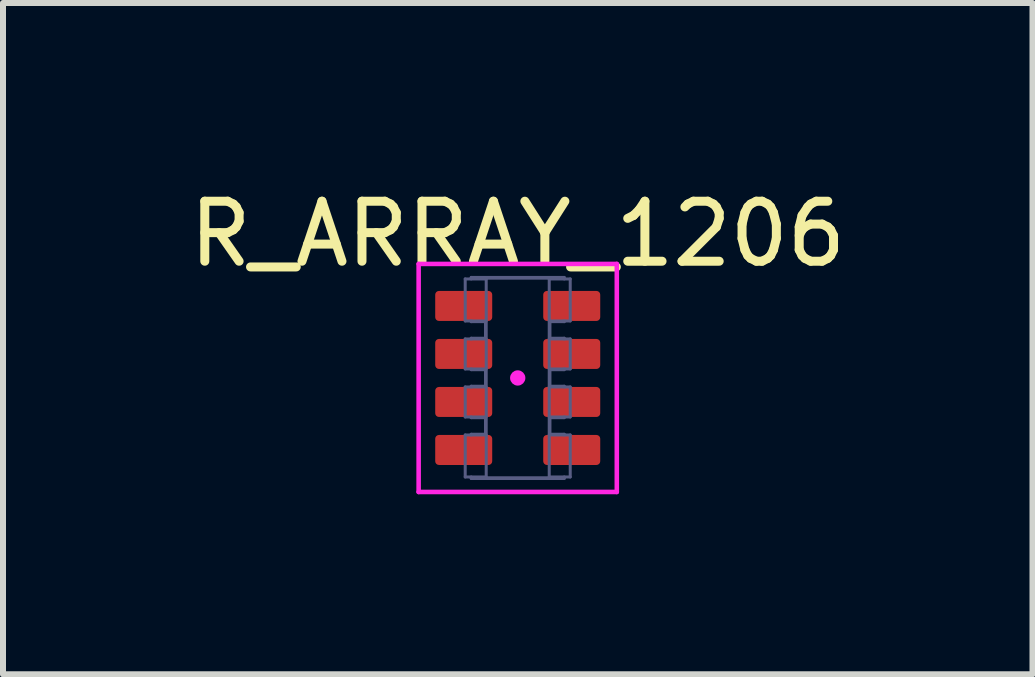
<source format=kicad_pcb>
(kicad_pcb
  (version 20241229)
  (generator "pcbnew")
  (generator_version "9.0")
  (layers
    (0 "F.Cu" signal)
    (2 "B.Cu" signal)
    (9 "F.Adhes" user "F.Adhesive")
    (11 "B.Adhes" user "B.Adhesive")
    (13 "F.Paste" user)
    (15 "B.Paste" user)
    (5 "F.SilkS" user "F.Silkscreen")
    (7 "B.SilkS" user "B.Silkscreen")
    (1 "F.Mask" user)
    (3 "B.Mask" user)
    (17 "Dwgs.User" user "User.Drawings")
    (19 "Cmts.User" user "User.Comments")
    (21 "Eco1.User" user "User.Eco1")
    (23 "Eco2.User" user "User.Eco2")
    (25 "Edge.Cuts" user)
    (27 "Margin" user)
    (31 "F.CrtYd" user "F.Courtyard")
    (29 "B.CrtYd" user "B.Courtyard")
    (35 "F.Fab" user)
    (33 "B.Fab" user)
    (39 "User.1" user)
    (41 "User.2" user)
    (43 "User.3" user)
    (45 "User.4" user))
  (footprint "R_ARRAY_1206"
    (layer "F.Cu")
    (at 5.577 3.248)
    (property "Reference" "R_ARRAY_1206" (at 0 -2.4 0) (layer "F.SilkS") (effects (font (size 1 1) (thickness 0.15))))
    (fp_line (start -1.651 -1.9) (end 1.651 -1.9) (stroke (width 0.076) (type solid)) (layer "F.CrtYd"))
    (fp_line (start -1.651 1.9) (end -1.651 -1.9) (stroke (width 0.076) (type solid)) (layer "F.CrtYd"))
    (fp_line (start -1.651 1.9) (end 1.651 1.9) (stroke (width 0.076) (type solid)) (layer "F.CrtYd"))
    (fp_line (start 1.651 1.9) (end 1.651 -1.9) (stroke (width 0.076) (type solid)) (layer "F.CrtYd"))
    (fp_circle (center 0 0) (end 0 -0.064) (stroke (width 0.127) (type solid)) (fill no) (layer "F.CrtYd"))
    (fp_line (start -0.875 -1.65) (end -0.525 -1.65) (stroke (width 0.05) (type solid)) (layer "B.Fab"))
    (fp_line (start -0.875 -0.95) (end -0.875 -1.65) (stroke (width 0.05) (type solid)) (layer "B.Fab"))
    (fp_line (start -0.875 -0.95) (end -0.525 -0.95) (stroke (width 0.05) (type solid)) (layer "B.Fab"))
    (fp_line (start -0.875 -0.65) (end -0.525 -0.65) (stroke (width 0.05) (type solid)) (layer "B.Fab"))
    (fp_line (start -0.875 -0.15) (end -0.875 -0.65) (stroke (width 0.05) (type solid)) (layer "B.Fab"))
    (fp_line (start -0.875 -0.15) (end -0.525 -0.15) (stroke (width 0.05) (type solid)) (layer "B.Fab"))
    (fp_line (start -0.875 0.15) (end -0.525 0.15) (stroke (width 0.05) (type solid)) (layer "B.Fab"))
    (fp_line (start -0.875 0.65) (end -0.875 0.15) (stroke (width 0.05) (type solid)) (layer "B.Fab"))
    (fp_line (start -0.875 0.65) (end -0.525 0.65) (stroke (width 0.05) (type solid)) (layer "B.Fab"))
    (fp_line (start -0.875 0.95) (end -0.525 0.95) (stroke (width 0.05) (type solid)) (layer "B.Fab"))
    (fp_line (start -0.875 1.65) (end -0.875 0.95) (stroke (width 0.05) (type solid)) (layer "B.Fab"))
    (fp_line (start -0.875 1.65) (end -0.525 1.65) (stroke (width 0.05) (type solid)) (layer "B.Fab"))
    (fp_line (start -0.775 -1.675) (end 0.775 -1.675) (stroke (width 0.05) (type solid)) (layer "B.Fab"))
    (fp_line (start -0.775 -1.65) (end -0.775 -1.675) (stroke (width 0.05) (type solid)) (layer "B.Fab"))
    (fp_line (start -0.775 -0.938) (end -0.775 -0.95) (stroke (width 0.05) (type solid)) (layer "B.Fab"))
    (fp_line (start -0.775 -0.938) (end -0.537 -0.938) (stroke (width 0.05) (type solid)) (layer "B.Fab"))
    (fp_line (start -0.775 -0.662) (end -0.537 -0.662) (stroke (width 0.05) (type solid)) (layer "B.Fab"))
    (fp_line (start -0.775 -0.65) (end -0.775 -0.662) (stroke (width 0.05) (type solid)) (layer "B.Fab"))
    (fp_line (start -0.775 -0.138) (end -0.775 -0.15) (stroke (width 0.05) (type solid)) (layer "B.Fab"))
    (fp_line (start -0.775 -0.138) (end -0.537 -0.138) (stroke (width 0.05) (type solid)) (layer "B.Fab"))
    (fp_line (start -0.775 0.138) (end -0.537 0.138) (stroke (width 0.05) (type solid)) (layer "B.Fab"))
    (fp_line (start -0.775 0.15) (end -0.775 0.138) (stroke (width 0.05) (type solid)) (layer "B.Fab"))
    (fp_line (start -0.775 0.662) (end -0.775 0.65) (stroke (width 0.05) (type solid)) (layer "B.Fab"))
    (fp_line (start -0.775 0.662) (end -0.537 0.662) (stroke (width 0.05) (type solid)) (layer "B.Fab"))
    (fp_line (start -0.775 0.938) (end -0.537 0.938) (stroke (width 0.05) (type solid)) (layer "B.Fab"))
    (fp_line (start -0.775 0.95) (end -0.775 0.938) (stroke (width 0.05) (type solid)) (layer "B.Fab"))
    (fp_line (start -0.775 1.675) (end -0.775 1.65) (stroke (width 0.05) (type solid)) (layer "B.Fab"))
    (fp_line (start -0.775 1.675) (end 0.775 1.675) (stroke (width 0.05) (type solid)) (layer "B.Fab"))
    (fp_line (start -0.537 -0.662) (end -0.537 -0.938) (stroke (width 0.05) (type solid)) (layer "B.Fab"))
    (fp_line (start -0.537 0.138) (end -0.537 -0.138) (stroke (width 0.05) (type solid)) (layer "B.Fab"))
    (fp_line (start -0.537 0.938) (end -0.537 0.662) (stroke (width 0.05) (type solid)) (layer "B.Fab"))
    (fp_line (start -0.525 -1.663) (end 0.525 -1.663) (stroke (width 0.05) (type solid)) (layer "B.Fab"))
    (fp_line (start -0.525 1.663) (end -0.525 -1.663) (stroke (width 0.05) (type solid)) (layer "B.Fab"))
    (fp_line (start -0.525 1.663) (end 0.525 1.663) (stroke (width 0.05) (type solid)) (layer "B.Fab"))
    (fp_line (start 0.525 -1.65) (end 0.875 -1.65) (stroke (width 0.05) (type solid)) (layer "B.Fab"))
    (fp_line (start 0.525 -0.95) (end 0.875 -0.95) (stroke (width 0.05) (type solid)) (layer "B.Fab"))
    (fp_line (start 0.525 -0.65) (end 0.875 -0.65) (stroke (width 0.05) (type solid)) (layer "B.Fab"))
    (fp_line (start 0.525 -0.15) (end 0.875 -0.15) (stroke (width 0.05) (type solid)) (layer "B.Fab"))
    (fp_line (start 0.525 0.15) (end 0.875 0.15) (stroke (width 0.05) (type solid)) (layer "B.Fab"))
    (fp_line (start 0.525 0.65) (end 0.875 0.65) (stroke (width 0.05) (type solid)) (layer "B.Fab"))
    (fp_line (start 0.525 0.95) (end 0.875 0.95) (stroke (width 0.05) (type solid)) (layer "B.Fab"))
    (fp_line (start 0.525 1.65) (end 0.875 1.65) (stroke (width 0.05) (type solid)) (layer "B.Fab"))
    (fp_line (start 0.525 1.663) (end 0.525 -1.663) (stroke (width 0.05) (type solid)) (layer "B.Fab"))
    (fp_line (start 0.537 -0.938) (end 0.775 -0.938) (stroke (width 0.05) (type solid)) (layer "B.Fab"))
    (fp_line (start 0.537 -0.662) (end 0.537 -0.938) (stroke (width 0.05) (type solid)) (layer "B.Fab"))
    (fp_line (start 0.537 -0.662) (end 0.775 -0.662) (stroke (width 0.05) (type solid)) (layer "B.Fab"))
    (fp_line (start 0.537 -0.138) (end 0.775 -0.138) (stroke (width 0.05) (type solid)) (layer "B.Fab"))
    (fp_line (start 0.537 0.138) (end 0.537 -0.138) (stroke (width 0.05) (type solid)) (layer "B.Fab"))
    (fp_line (start 0.537 0.138) (end 0.775 0.138) (stroke (width 0.05) (type solid)) (layer "B.Fab"))
    (fp_line (start 0.537 0.662) (end 0.775 0.662) (stroke (width 0.05) (type solid)) (layer "B.Fab"))
    (fp_line (start 0.537 0.938) (end 0.537 0.662) (stroke (width 0.05) (type solid)) (layer "B.Fab"))
    (fp_line (start 0.537 0.938) (end 0.775 0.938) (stroke (width 0.05) (type solid)) (layer "B.Fab"))
    (fp_line (start 0.775 -1.65) (end 0.775 -1.675) (stroke (width 0.05) (type solid)) (layer "B.Fab"))
    (fp_line (start 0.775 -0.938) (end 0.775 -0.95) (stroke (width 0.05) (type solid)) (layer "B.Fab"))
    (fp_line (start 0.775 -0.65) (end 0.775 -0.662) (stroke (width 0.05) (type solid)) (layer "B.Fab"))
    (fp_line (start 0.775 -0.138) (end 0.775 -0.15) (stroke (width 0.05) (type solid)) (layer "B.Fab"))
    (fp_line (start 0.775 0.15) (end 0.775 0.138) (stroke (width 0.05) (type solid)) (layer "B.Fab"))
    (fp_line (start 0.775 0.662) (end 0.775 0.65) (stroke (width 0.05) (type solid)) (layer "B.Fab"))
    (fp_line (start 0.775 0.95) (end 0.775 0.938) (stroke (width 0.05) (type solid)) (layer "B.Fab"))
    (fp_line (start 0.775 1.675) (end 0.775 1.65) (stroke (width 0.05) (type solid)) (layer "B.Fab"))
    (fp_line (start 0.875 -0.95) (end 0.875 -1.65) (stroke (width 0.05) (type solid)) (layer "B.Fab"))
    (fp_line (start 0.875 -0.15) (end 0.875 -0.65) (stroke (width 0.05) (type solid)) (layer "B.Fab"))
    (fp_line (start 0.875 0.65) (end 0.875 0.15) (stroke (width 0.05) (type solid)) (layer "B.Fab"))
    (fp_line (start 0.875 1.65) (end 0.875 0.95) (stroke (width 0.05) (type solid)) (layer "B.Fab"))
    (pad "1" smd roundrect (at -0.9 -1.2) (size 0.95 0.5) (layers "F.Cu" "F.Mask" "F.Paste") (roundrect_rratio 0.125))
    (pad "2" smd roundrect (at -0.9 -0.4) (size 0.95 0.5) (layers "F.Cu" "F.Mask" "F.Paste") (roundrect_rratio 0.125))
    (pad "3" smd roundrect (at -0.9 0.4) (size 0.95 0.5) (layers "F.Cu" "F.Mask" "F.Paste") (roundrect_rratio 0.125))
    (pad "4" smd roundrect (at -0.9 1.2) (size 0.95 0.5) (layers "F.Cu" "F.Mask" "F.Paste") (roundrect_rratio 0.125))
    (pad "5" smd roundrect (at 0.9 1.2 180) (size 0.95 0.5) (layers "F.Cu" "F.Mask" "F.Paste") (roundrect_rratio 0.125))
    (pad "6" smd roundrect (at 0.9 0.4 180) (size 0.95 0.5) (layers "F.Cu" "F.Mask" "F.Paste") (roundrect_rratio 0.125))
    (pad "7" smd roundrect (at 0.9 -0.4 180) (size 0.95 0.5) (layers "F.Cu" "F.Mask" "F.Paste") (roundrect_rratio 0.125))
    (pad "8" smd roundrect (at 0.9 -1.2 180) (size 0.95 0.5) (layers "F.Cu" "F.Mask" "F.Paste") (roundrect_rratio 0.125)))
  (gr_rect
    (start -3 -3)
    (end 14.155 8.186)
    (stroke (width 0.1) (type default))
    (fill no)
    (layer "Edge.Cuts")))
</source>
